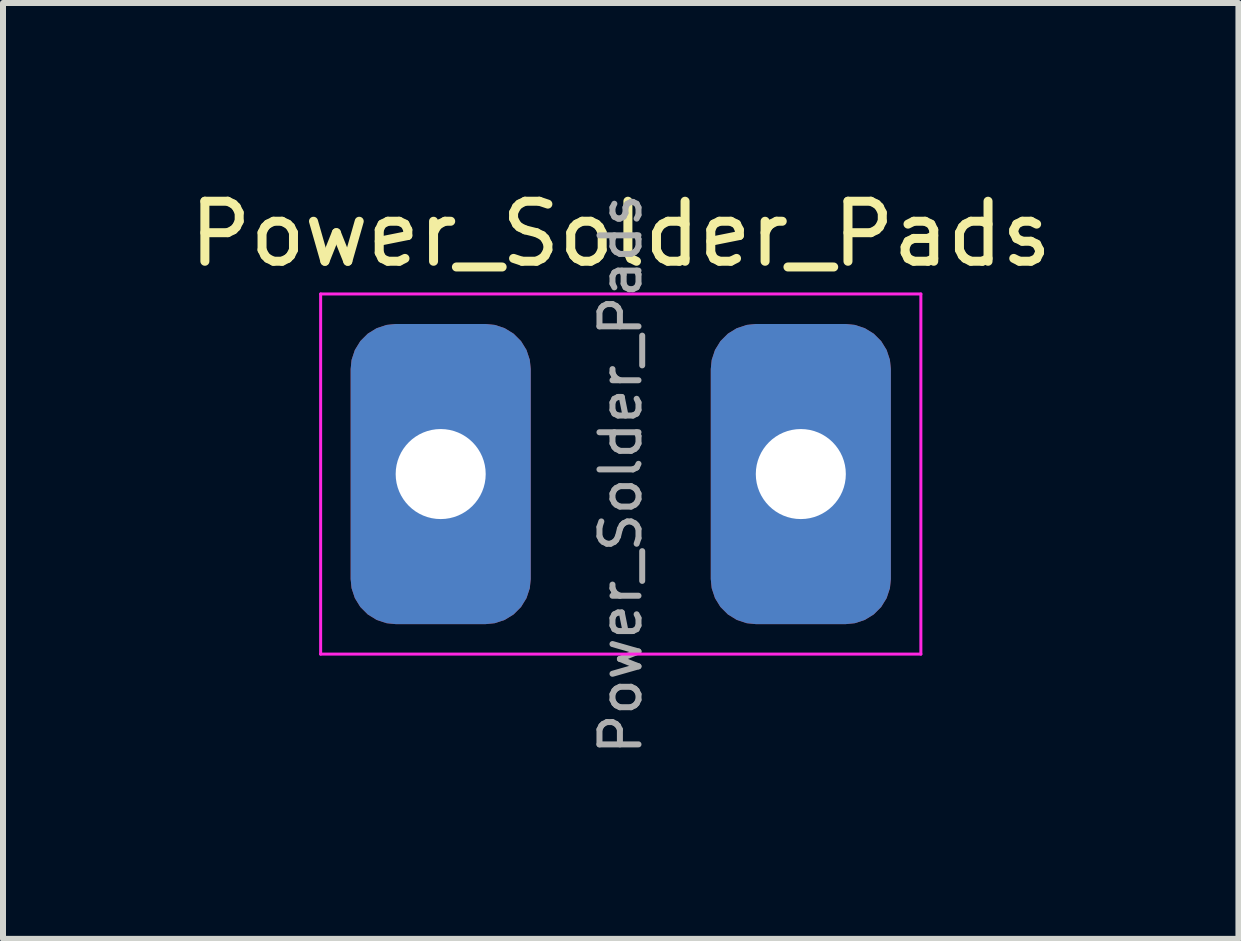
<source format=kicad_pcb>
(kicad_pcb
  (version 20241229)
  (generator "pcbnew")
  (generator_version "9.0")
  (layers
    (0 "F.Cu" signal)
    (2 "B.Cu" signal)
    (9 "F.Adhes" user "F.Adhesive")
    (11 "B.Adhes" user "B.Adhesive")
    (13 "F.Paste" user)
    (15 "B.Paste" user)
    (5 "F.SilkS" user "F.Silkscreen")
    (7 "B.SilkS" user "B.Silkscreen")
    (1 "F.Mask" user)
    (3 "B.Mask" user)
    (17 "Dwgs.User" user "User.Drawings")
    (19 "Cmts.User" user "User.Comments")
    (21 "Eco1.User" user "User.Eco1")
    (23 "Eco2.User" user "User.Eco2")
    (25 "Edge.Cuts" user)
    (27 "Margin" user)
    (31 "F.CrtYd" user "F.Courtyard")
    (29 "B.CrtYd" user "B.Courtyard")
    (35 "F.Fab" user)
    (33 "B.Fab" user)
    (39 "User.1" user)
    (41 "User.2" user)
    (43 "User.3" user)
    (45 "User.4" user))
  (footprint "Power_Solder_Pads"
    (layer "F.Cu")
    (at 7.292 4.848)
    (property "Reference" "Power_Solder_Pads" (at 0 -4 0) (layer "F.SilkS") (effects (font (size 1 1) (thickness 0.15))))
    (attr exclude_from_pos_files exclude_from_bom)
    (fp_line (start -5 -3) (end -5 3) (stroke (width 0.05) (type solid)) (layer "F.CrtYd"))
    (fp_line (start -5 3) (end 5 3) (stroke (width 0.05) (type solid)) (layer "F.CrtYd"))
    (fp_line (start 5 -3) (end -5 -3) (stroke (width 0.05) (type solid)) (layer "F.CrtYd"))
    (fp_line (start 5 3) (end 5 -3) (stroke (width 0.05) (type solid)) (layer "F.CrtYd"))
    (fp_circle (center -3 0) (end -2.5 0) (stroke (width 0.1) (type solid)) (fill no) (layer "F.Fab"))
    (fp_circle (center 3 0) (end 3.5 0) (stroke (width 0.1) (type solid)) (fill no) (layer "F.Fab"))
    (fp_text user "${REFERENCE}" (at 0 0 90) (layer "F.Fab") (effects (font (size 0.65 0.65) (thickness 0.1))))
    (pad "1" thru_hole roundrect (at -3 0) (size 3 5) (drill 1.5) (layers "*.Cu" "*.Mask") (roundrect_rratio 0.25))
    (pad "2" thru_hole roundrect (at 3 0) (size 3 5) (drill 1.5) (layers "*.Cu" "*.Mask") (roundrect_rratio 0.25)))
  (gr_rect
    (start -3 -3)
    (end 17.583 12.592)
    (stroke (width 0.1) (type default))
    (fill no)
    (layer "Edge.Cuts")))
</source>
